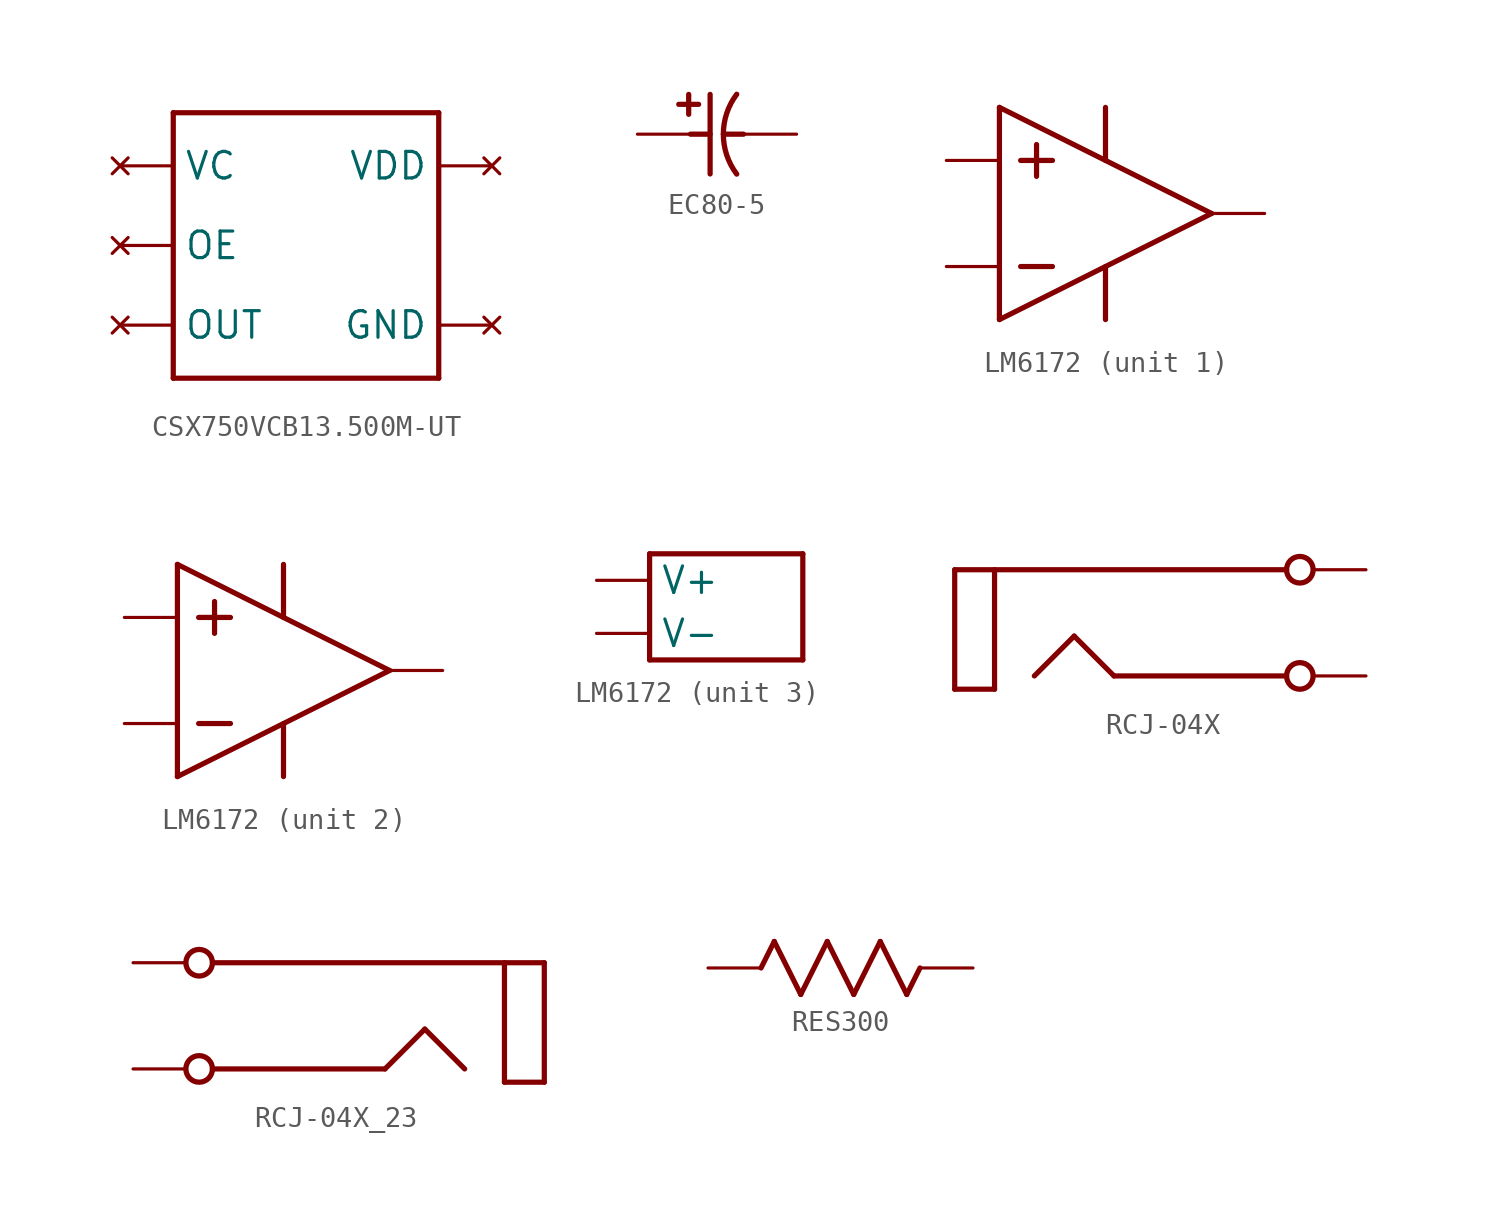
<source format=kicad_sym>
(kicad_symbol_lib
  (version 20231120)
  (generator "kicad_symbol_editor")
  (generator_version "8.0")
  (symbol "CSX750VCB13.500M-UT"
    (property "Reference" "X"
      (at 0 0 0)
      (effects (font (size 1.27 1.27)) (hide yes)))
    (property "ki_locked" ""
      (at 0 0 0)
      (effects (font (size 1.27 1.27))))
    (symbol "CSX750VCB13.500M-UT_1_0"
      (polyline (pts (xy -6.35 -6.35) (xy -6.35 6.35)) (stroke (width 0.25) (type solid)) (fill (type none)))
      (polyline (pts (xy -6.35 6.35) (xy 6.35 6.35)) (stroke (width 0.25) (type solid)) (fill (type none)))
      (polyline (pts (xy 6.35 -6.35) (xy -6.35 -6.35)) (stroke (width 0.25) (type solid)) (fill (type none)))
      (polyline (pts (xy 6.35 6.35) (xy 6.35 -6.35)) (stroke (width 0.25) (type solid)) (fill (type none)))
      (pin no_connect line (at -8.89 3.81 0) (length 2.54) (name "VC" (effects (font (size 1.27 1.27)))) (number "1" (effects (font (size 0 0)))))
      (pin no_connect line (at 8.89 -3.81 180) (length 2.54) (name "GND" (effects (font (size 1.27 1.27)))) (number "3" (effects (font (size 0 0)))))
      (pin no_connect line (at -8.89 -3.81 0) (length 2.54) (name "OUT" (effects (font (size 1.27 1.27)))) (number "4" (effects (font (size 0 0)))))
      (pin no_connect line (at -8.89 0 0) (length 2.54) (name "OE" (effects (font (size 1.27 1.27)))) (number "5" (effects (font (size 0 0)))))
      (pin no_connect line (at 8.89 3.81 180) (length 2.54) (name "VDD" (effects (font (size 1.27 1.27)))) (number "6" (effects (font (size 0 0)))))))
  (symbol "EC80-5"
    (property "Reference" "C"
      (at 0 0 0)
      (effects (font (size 1.27 1.27)) (hide yes)))
    (property "ki_locked" ""
      (at 0 0 0)
      (effects (font (size 1.27 1.27))))
    (symbol "EC80-5_1_0"
      (polyline (pts (xy -1.075 1.905) (xy -1.075 0.952)) (stroke (width 0.25) (type solid)) (fill (type none)))
      (polyline (pts (xy -0.989 0) (xy -0.049 0)) (stroke (width 0.25) (type solid)) (fill (type none)))
      (polyline (pts (xy -0.599 1.429) (xy -1.551 1.429)) (stroke (width 0.25) (type solid)) (fill (type none)))
      (polyline (pts (xy -0.049 -1.905) (xy -0.049 1.905)) (stroke (width 0.25) (type solid)) (fill (type none)))
      (polyline (pts (xy 0.586 0) (xy 1.551 0)) (stroke (width 0.25) (type solid)) (fill (type none)))
      (arc (start 1.225 1.911) (mid 0.5854 0.0001) (end 1.2249 -1.9109) (stroke (width 0.254) (type solid)) (fill (type none)))
      (pin passive line (at -3.529 0 0) (length 2.54) (name "PLUS" (effects (font (size 0 0)))) (number "1" (effects (font (size 0 0)))))
      (pin passive line (at 4.091 0 180) (length 2.54) (name "MINUS" (effects (font (size 0 0)))) (number "2" (effects (font (size 0 0)))))))
  (symbol "LM6172"
    (property "Reference" "U"
      (at 0 0 0)
      (effects (font (size 1.27 1.27)) (hide yes)))
    (property "ki_locked" ""
      (at 0 0 0)
      (effects (font (size 1.27 1.27))))
    (symbol "LM6172_1_0"
      (polyline (pts (xy -5.08 -5.08) (xy -5.08 5.08)) (stroke (width 0.25) (type solid)) (fill (type none)))
      (polyline (pts (xy -5.08 -5.08) (xy 5.08 0)) (stroke (width 0.25) (type solid)) (fill (type none)))
      (polyline (pts (xy -5.08 5.08) (xy 5.08 0)) (stroke (width 0.25) (type solid)) (fill (type none)))
      (polyline (pts (xy -4.064 -2.54) (xy -2.54 -2.54)) (stroke (width 0.25) (type solid)) (fill (type none)))
      (polyline (pts (xy -4.064 2.54) (xy -2.54 2.54)) (stroke (width 0.25) (type solid)) (fill (type none)))
      (polyline (pts (xy -3.302 1.778) (xy -3.302 3.302)) (stroke (width 0.25) (type solid)) (fill (type none)))
      (polyline (pts (xy 0 -5.08) (xy 0 -2.54)) (stroke (width 0.25) (type solid)) (fill (type none)))
      (polyline (pts (xy 0 2.54) (xy 0 5.08)) (stroke (width 0.25) (type solid)) (fill (type none)))
      (pin output line (at 7.62 0 180) (length 2.54) (name "OUT" (effects (font (size 0 0)))) (number "1" (effects (font (size 0 0)))))
      (pin input line (at -7.62 -2.54 0) (length 2.54) (name "IN-" (effects (font (size 0 0)))) (number "2" (effects (font (size 0 0)))))
      (pin input line (at -7.62 2.54 0) (length 2.54) (name "IN+" (effects (font (size 0 0)))) (number "3" (effects (font (size 0 0))))))
    (symbol "LM6172_2_0"
      (polyline (pts (xy -5.08 -5.08) (xy -5.08 5.08)) (stroke (width 0.25) (type solid)) (fill (type none)))
      (polyline (pts (xy -5.08 -5.08) (xy 5.08 0)) (stroke (width 0.25) (type solid)) (fill (type none)))
      (polyline (pts (xy -5.08 5.08) (xy 5.08 0)) (stroke (width 0.25) (type solid)) (fill (type none)))
      (polyline (pts (xy -4.064 -2.54) (xy -2.54 -2.54)) (stroke (width 0.25) (type solid)) (fill (type none)))
      (polyline (pts (xy -4.064 2.54) (xy -2.54 2.54)) (stroke (width 0.25) (type solid)) (fill (type none)))
      (polyline (pts (xy -3.302 1.778) (xy -3.302 3.302)) (stroke (width 0.25) (type solid)) (fill (type none)))
      (polyline (pts (xy 0 -5.08) (xy 0 -2.54)) (stroke (width 0.25) (type solid)) (fill (type none)))
      (polyline (pts (xy 0 2.54) (xy 0 5.08)) (stroke (width 0.25) (type solid)) (fill (type none)))
      (pin input line (at -7.62 2.54 0) (length 2.54) (name "IN+" (effects (font (size 0 0)))) (number "5" (effects (font (size 0 0)))))
      (pin input line (at -7.62 -2.54 0) (length 2.54) (name "IN-" (effects (font (size 0 0)))) (number "6" (effects (font (size 0 0)))))
      (pin output line (at 7.62 0 180) (length 2.54) (name "OUT" (effects (font (size 0 0)))) (number "7" (effects (font (size 0 0))))))
    (symbol "LM6172_3_0"
      (polyline (pts (xy -3.667 -2.54) (xy -3.667 2.54)) (stroke (width 0.25) (type solid)) (fill (type none)))
      (polyline (pts (xy -3.667 2.54) (xy 3.667 2.54)) (stroke (width 0.25) (type solid)) (fill (type none)))
      (polyline (pts (xy 3.667 -2.54) (xy -3.667 -2.54)) (stroke (width 0.25) (type solid)) (fill (type none)))
      (polyline (pts (xy 3.667 2.54) (xy 3.667 -2.54)) (stroke (width 0.25) (type solid)) (fill (type none)))
      (pin power_in line (at -6.207 -1.27 0) (length 2.54) (name "V-" (effects (font (size 1.27 1.27)))) (number "4" (effects (font (size 0 0)))))
      (pin power_in line (at -6.207 1.27 0) (length 2.54) (name "V+" (effects (font (size 1.27 1.27)))) (number "8" (effects (font (size 0 0)))))))
  (symbol "RCJ-04X"
    (property "Reference" "J"
      (at 0 0 0)
      (effects (font (size 1.27 1.27)) (hide yes)))
    (property "ki_locked" ""
      (at 0 0 0)
      (effects (font (size 1.27 1.27))))
    (symbol "RCJ-04X_1_0"
      (polyline (pts (xy -9.843 -3.175) (xy -9.843 2.54)) (stroke (width 0.25) (type solid)) (fill (type none)))
      (polyline (pts (xy -9.843 -3.175) (xy -7.937 -3.175)) (stroke (width 0.25) (type solid)) (fill (type none)))
      (polyline (pts (xy -9.843 2.54) (xy 6.032 2.54)) (stroke (width 0.25) (type solid)) (fill (type none)))
      (polyline (pts (xy -7.937 -3.175) (xy -7.937 2.54)) (stroke (width 0.25) (type solid)) (fill (type none)))
      (polyline (pts (xy -6.033 -2.54) (xy -4.128 -0.635)) (stroke (width 0.25) (type solid)) (fill (type none)))
      (polyline (pts (xy -4.128 -0.635) (xy -2.223 -2.54)) (stroke (width 0.25) (type solid)) (fill (type none)))
      (polyline (pts (xy -2.223 -2.54) (xy 6.032 -2.54)) (stroke (width 0.25) (type solid)) (fill (type none)))
      (circle (center 6.668 -2.54) (radius 0.635) (stroke (width 0.254) (type solid)) (fill (type none)))
      (circle (center 6.668 2.54) (radius 0.635) (stroke (width 0.254) (type solid)) (fill (type none)))
      (pin passive line (at 9.83 2.54 180) (length 2.54) (name "Sleeve" (effects (font (size 0 0)))) (number "1" (effects (font (size 0 0)))))
      (pin passive line (at 9.83 -2.54 180) (length 2.54) (name "Tip" (effects (font (size 0 0)))) (number "2" (effects (font (size 0 0)))))))
  (symbol "RCJ-04X_23"
    (property "Reference" "J"
      (at 0 0 0)
      (effects (font (size 1.27 1.27)) (hide yes)))
    (property "ki_locked" ""
      (at 0 0 0)
      (effects (font (size 1.27 1.27))))
    (symbol "RCJ-04X_23_1_0"
      (circle (center -6.668 -2.54) (radius 0.635) (stroke (width 0.254) (type solid)) (fill (type none)))
      (circle (center -6.668 2.54) (radius 0.635) (stroke (width 0.254) (type solid)) (fill (type none)))
      (polyline (pts (xy 2.223 -2.54) (xy -6.032 -2.54)) (stroke (width 0.25) (type solid)) (fill (type none)))
      (polyline (pts (xy 4.128 -0.635) (xy 2.223 -2.54)) (stroke (width 0.25) (type solid)) (fill (type none)))
      (polyline (pts (xy 6.033 -2.54) (xy 4.128 -0.635)) (stroke (width 0.25) (type solid)) (fill (type none)))
      (polyline (pts (xy 7.937 -3.175) (xy 7.937 2.54)) (stroke (width 0.25) (type solid)) (fill (type none)))
      (polyline (pts (xy 9.843 -3.175) (xy 7.937 -3.175)) (stroke (width 0.25) (type solid)) (fill (type none)))
      (polyline (pts (xy 9.843 -3.175) (xy 9.843 2.54)) (stroke (width 0.25) (type solid)) (fill (type none)))
      (polyline (pts (xy 9.843 2.54) (xy -6.032 2.54)) (stroke (width 0.25) (type solid)) (fill (type none)))
      (pin passive line (at -9.83 2.54 0) (length 2.54) (name "Sleeve" (effects (font (size 0 0)))) (number "1" (effects (font (size 0 0)))))
      (pin passive line (at -9.83 -2.54 0) (length 2.54) (name "Tip" (effects (font (size 0 0)))) (number "2" (effects (font (size 0 0)))))))
  (symbol "RES300"
    (property "Reference" "R"
      (at 0 0 0)
      (effects (font (size 1.27 1.27)) (hide yes)))
    (property "ki_locked" ""
      (at 0 0 0)
      (effects (font (size 1.27 1.27))))
    (symbol "RES300_1_0"
      (polyline (pts (xy -3.81 0) (xy -3.175 1.27)) (stroke (width 0.25) (type solid)) (fill (type none)))
      (polyline (pts (xy -3.175 1.27) (xy -1.905 -1.27)) (stroke (width 0.25) (type solid)) (fill (type none)))
      (polyline (pts (xy -1.905 -1.27) (xy -0.635 1.27)) (stroke (width 0.25) (type solid)) (fill (type none)))
      (polyline (pts (xy -0.635 1.27) (xy 0.635 -1.27)) (stroke (width 0.25) (type solid)) (fill (type none)))
      (polyline (pts (xy 0.635 -1.27) (xy 1.905 1.27)) (stroke (width 0.25) (type solid)) (fill (type none)))
      (polyline (pts (xy 1.905 1.27) (xy 3.175 -1.27)) (stroke (width 0.25) (type solid)) (fill (type none)))
      (polyline (pts (xy 3.175 -1.27) (xy 3.81 0)) (stroke (width 0.25) (type solid)) (fill (type none)))
      (pin passive line (at -6.35 0 0) (length 2.54) (name "A" (effects (font (size 0 0)))) (number "1" (effects (font (size 0 0)))))
      (pin passive line (at 6.35 0 180) (length 2.54) (name "B" (effects (font (size 0 0)))) (number "2" (effects (font (size 0 0))))))))
</source>
